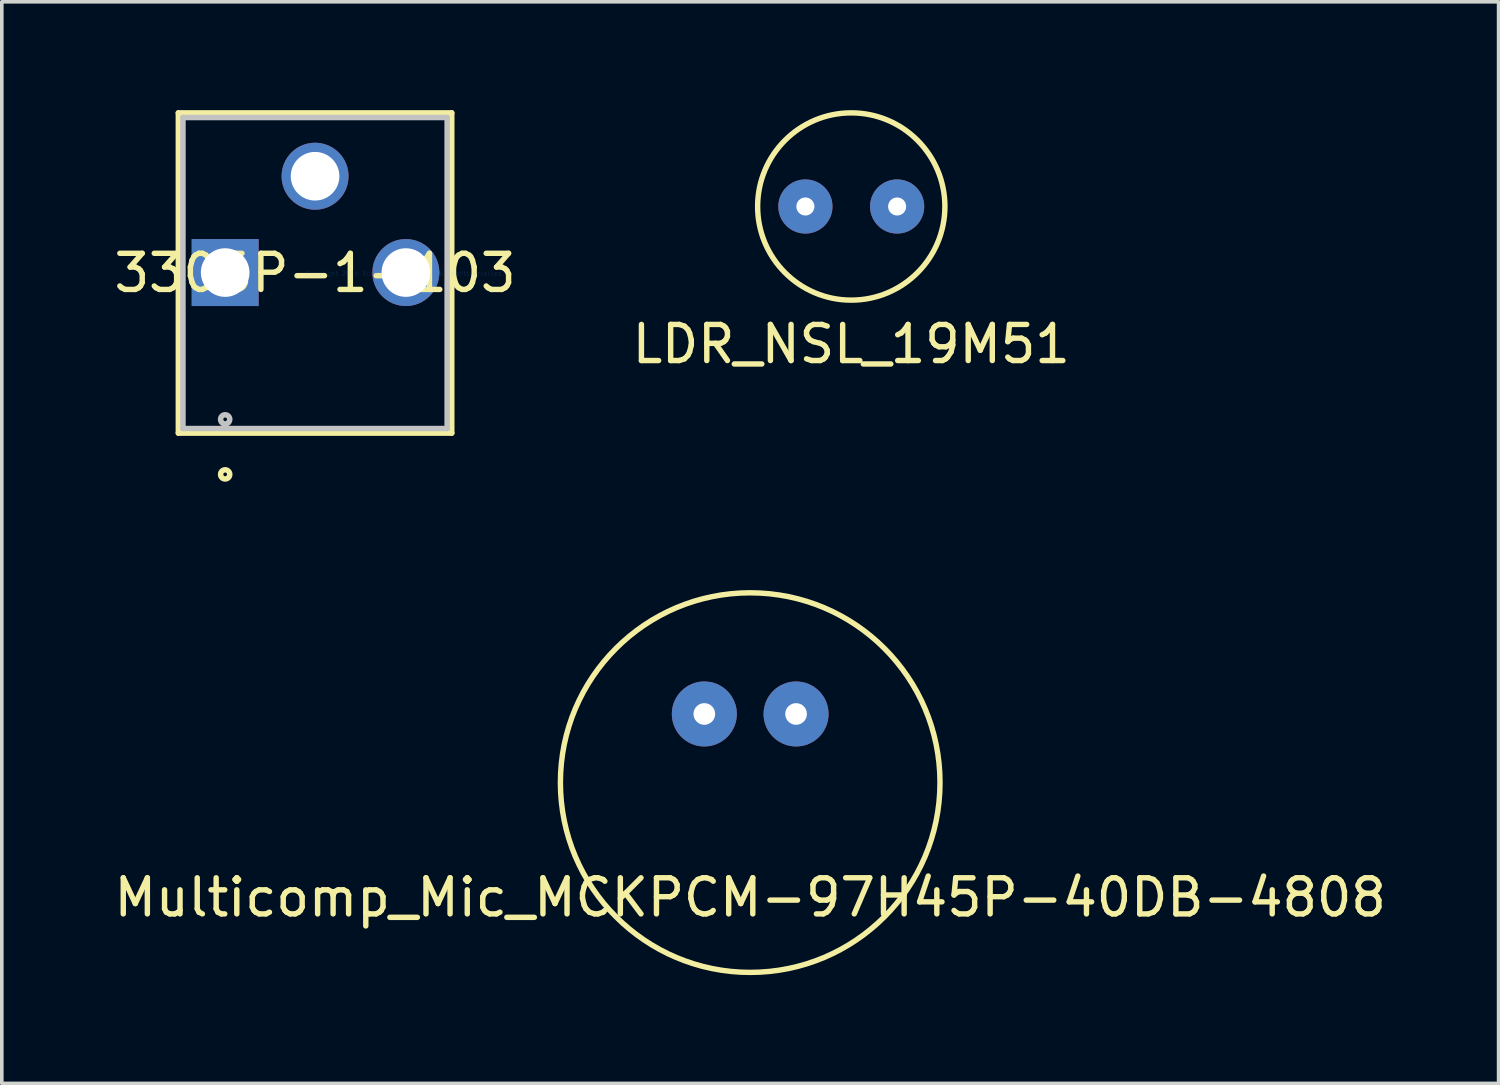
<source format=kicad_pcb>
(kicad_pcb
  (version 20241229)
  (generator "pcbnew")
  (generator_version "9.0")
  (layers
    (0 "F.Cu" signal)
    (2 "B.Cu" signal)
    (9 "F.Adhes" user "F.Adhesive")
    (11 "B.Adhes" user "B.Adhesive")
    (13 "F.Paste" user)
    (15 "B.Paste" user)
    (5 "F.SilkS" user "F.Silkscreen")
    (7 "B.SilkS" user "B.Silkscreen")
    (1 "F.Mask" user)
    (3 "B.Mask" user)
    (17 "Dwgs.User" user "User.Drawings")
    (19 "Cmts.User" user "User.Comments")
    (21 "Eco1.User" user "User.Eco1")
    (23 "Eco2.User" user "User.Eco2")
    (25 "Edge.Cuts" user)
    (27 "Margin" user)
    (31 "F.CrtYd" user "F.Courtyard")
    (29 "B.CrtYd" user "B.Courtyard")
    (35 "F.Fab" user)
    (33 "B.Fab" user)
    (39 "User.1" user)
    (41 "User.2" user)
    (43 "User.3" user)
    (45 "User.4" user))
  (footprint "LDR_NSL_19M51"
    (layer "F.Cu")
    (at 17.978 3.937)
    (property "Reference" "LDR_NSL_19M51" (at 2.54 2.54 0) (layer "F.SilkS") (effects (font (size 1 1) (thickness 0.15))))
    (attr through_hole)
    (fp_circle (center 2.54 -1.27) (end 4.8 -2.54) (stroke (width 0.15) (type solid)) (fill no) (layer "F.SilkS"))
    (pad "1" thru_hole circle (at 1.27 -1.27) (size 1.5 1.5) (drill 0.5) (layers "*.Cu" "*.Mask"))
    (pad "2" thru_hole circle (at 3.81 -1.27) (size 1.5 1.5) (drill 0.5) (layers "*.Cu" "*.Mask")))
  (footprint "Multicomp_Mic_MCKPCM-97H45P-40DB-4808"
    (layer "F.Cu")
    (at 15.18 16.717)
    (property "Reference" "Multicomp_Mic_MCKPCM-97H45P-40DB-4808" (at 2.54 5.08 0) (layer "F.SilkS") (effects (font (size 1 1) (thickness 0.15))))
    (attr through_hole)
    (fp_circle (center 2.54 1.9) (end 0 6.5) (stroke (width 0.15) (type solid)) (fill no) (layer "F.SilkS"))
    (pad "1" thru_hole circle (at 3.81 0) (size 1.8 1.8) (drill 0.6) (layers "*.Cu" "*.Mask"))
    (pad "2" thru_hole circle (at 1.27 0) (size 1.8 1.8) (drill 0.6) (layers "*.Cu" "*.Mask")))
  (footprint "3306P-1-103"
    (layer "F.Cu")
    (at 8.162 4.521)
    (property "Reference" "3306P-1-103" (at -2.489 -0.013 0) (layer "F.SilkS") (effects (font (size 1 1) (thickness 0.15))))
    (attr through_hole)
    (fp_line (start -6.274 -4.445) (end -6.274 4.42) (stroke (width 0.152) (type solid)) (layer "F.SilkS"))
    (fp_line (start -6.274 4.42) (end 1.295 4.42) (stroke (width 0.152) (type solid)) (layer "F.SilkS"))
    (fp_line (start 1.295 -4.445) (end -6.274 -4.445) (stroke (width 0.152) (type solid)) (layer "F.SilkS"))
    (fp_line (start 1.295 4.42) (end 1.295 -4.445) (stroke (width 0.152) (type solid)) (layer "F.SilkS"))
    (fp_circle (center -4.978 5.563) (end -4.851 5.563) (stroke (width 0.152) (type solid)) (fill no) (layer "F.SilkS"))
    (fp_line (start -6.147 -4.318) (end -6.147 4.293) (stroke (width 0.152) (type solid)) (layer "Dwgs.User"))
    (fp_line (start -6.147 4.293) (end 1.168 4.293) (stroke (width 0.152) (type solid)) (layer "Dwgs.User"))
    (fp_line (start 1.168 -4.318) (end -6.147 -4.318) (stroke (width 0.152) (type solid)) (layer "Dwgs.User"))
    (fp_line (start 1.168 4.293) (end 1.168 -4.318) (stroke (width 0.152) (type solid)) (layer "Dwgs.User"))
    (fp_circle (center -4.978 4.039) (end -4.851 4.039) (stroke (width 0.152) (type solid)) (fill no) (layer "Dwgs.User"))
    (fp_text user "Copyright 2016 Accelerated Designs. All rights reserved." (at 0 0 0) (layer "Cmts.User") (effects (font (size 0.127 0.127) (thickness 0.002))))
    (pad "1" thru_hole rect (at -4.978 -0.025) (size 1.854 1.854) (drill 1.346) (layers "*.Cu" "*.Mask"))
    (pad "2" thru_hole circle (at -2.489 -2.692) (size 1.854 1.854) (drill 1.346) (layers "*.Cu" "*.Mask"))
    (pad "3" thru_hole circle (at 0.025 -0.025) (size 1.854 1.854) (drill 1.346) (layers "*.Cu" "*.Mask")))
  (gr_rect
    (start -3 -3)
    (end 38.44 26.946)
    (stroke (width 0.1) (type default))
    (fill no)
    (layer "Edge.Cuts")))
</source>
